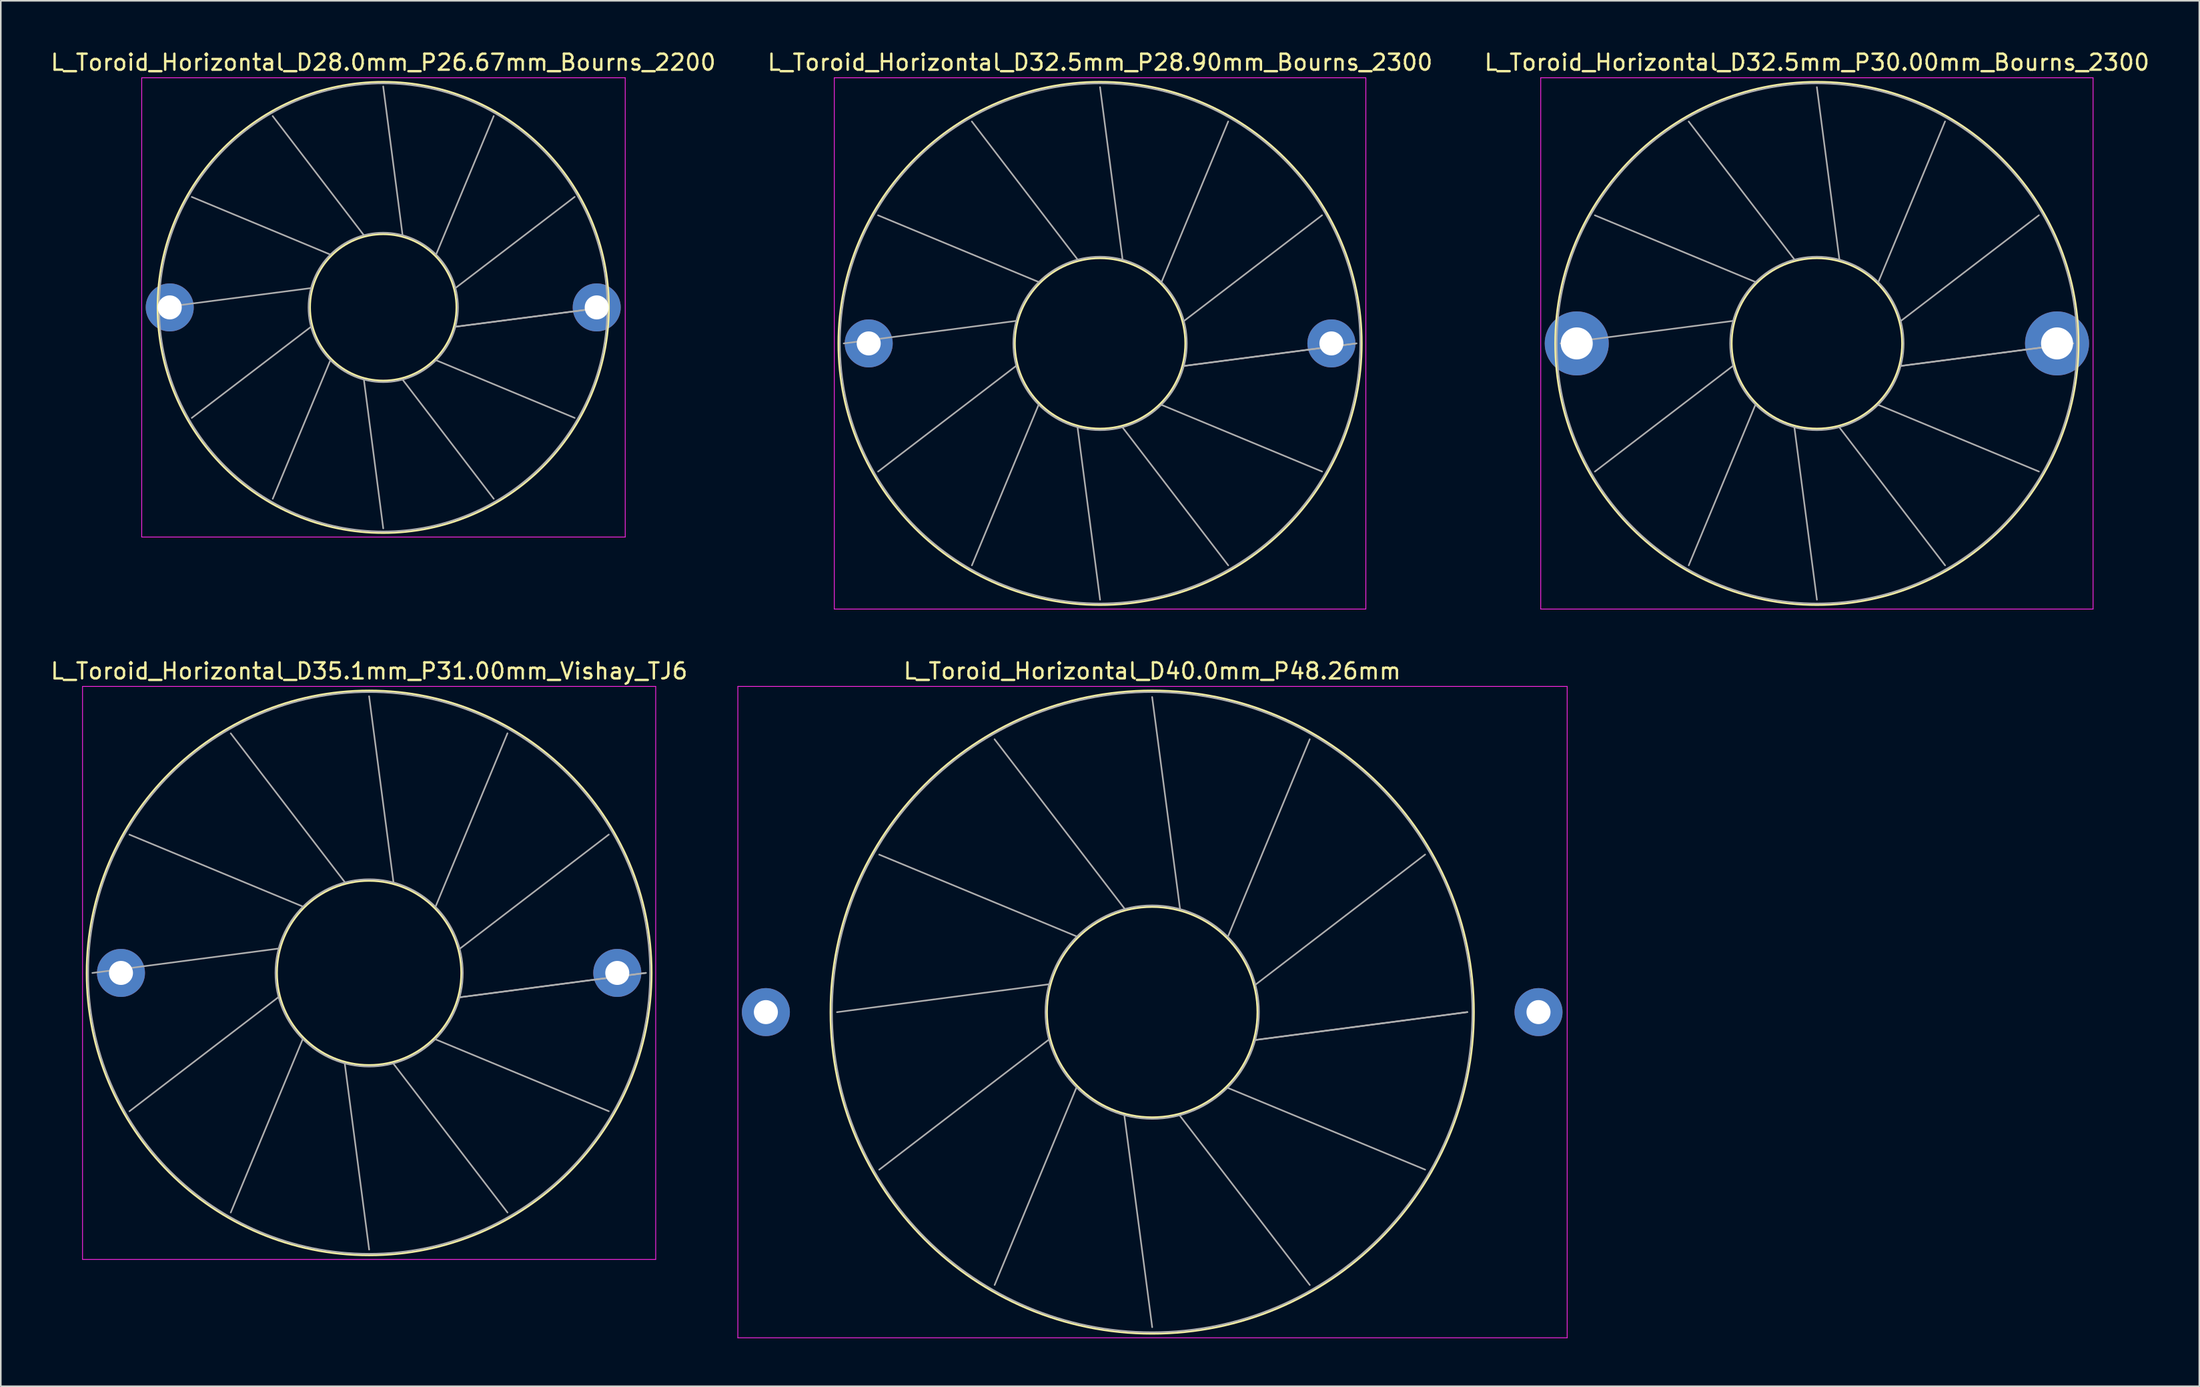
<source format=kicad_pcb>
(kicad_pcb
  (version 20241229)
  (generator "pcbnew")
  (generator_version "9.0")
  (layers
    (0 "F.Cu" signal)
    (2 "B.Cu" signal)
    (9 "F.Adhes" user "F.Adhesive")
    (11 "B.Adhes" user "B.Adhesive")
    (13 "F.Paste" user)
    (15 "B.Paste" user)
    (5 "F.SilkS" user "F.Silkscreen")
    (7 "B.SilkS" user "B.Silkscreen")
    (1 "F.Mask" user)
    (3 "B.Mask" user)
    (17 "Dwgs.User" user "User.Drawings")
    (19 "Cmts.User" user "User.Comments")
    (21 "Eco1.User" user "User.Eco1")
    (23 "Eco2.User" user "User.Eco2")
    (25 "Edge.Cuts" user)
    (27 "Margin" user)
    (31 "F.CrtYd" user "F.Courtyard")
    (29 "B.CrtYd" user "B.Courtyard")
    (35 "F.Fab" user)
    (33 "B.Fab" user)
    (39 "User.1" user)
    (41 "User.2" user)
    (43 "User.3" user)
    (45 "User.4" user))
  (footprint "L_Toroid_Horizontal_D32.5mm_P30.00mm_Bourns_2300"
    (layer "F.Cu")
    (at 95.435 18.408)
    (property "Reference" "L_Toroid_Horizontal_D32.5mm_P30.00mm_Bourns_2300" (at 15 -17.56 0) (layer "F.SilkS") (effects (font (size 1 1) (thickness 0.15))))
    (attr through_hole)
    (fp_circle (center 15 0) (end 20.327 0) (stroke (width 0.12) (type solid)) (fill no) (layer "F.SilkS"))
    (fp_circle (center 15 0) (end 31.34 0) (stroke (width 0.12) (type solid)) (fill no) (layer "F.SilkS"))
    (fp_line (start -2.25 -16.6) (end -2.25 16.6) (stroke (width 0.05) (type solid)) (layer "F.CrtYd"))
    (fp_line (start -2.25 16.6) (end 32.25 16.6) (stroke (width 0.05) (type solid)) (layer "F.CrtYd"))
    (fp_line (start 32.25 -16.6) (end -2.25 -16.6) (stroke (width 0.05) (type solid)) (layer "F.CrtYd"))
    (fp_line (start 32.25 16.6) (end 32.25 -16.6) (stroke (width 0.05) (type solid)) (layer "F.CrtYd"))
    (fp_line (start -1.013 0.001) (end 9.752 -1.406) (stroke (width 0.1) (type solid)) (layer "F.Fab"))
    (fp_line (start 1.131 -8.005) (end 11.158 -3.841) (stroke (width 0.1) (type solid)) (layer "F.Fab"))
    (fp_line (start 1.133 8.008) (end 9.752 1.407) (stroke (width 0.1) (type solid)) (layer "F.Fab"))
    (fp_line (start 6.992 -13.867) (end 13.593 -5.248) (stroke (width 0.1) (type solid)) (layer "F.Fab"))
    (fp_line (start 6.994 13.868) (end 11.158 3.842) (stroke (width 0.1) (type solid)) (layer "F.Fab"))
    (fp_line (start 14.998 -16.013) (end 16.405 -5.248) (stroke (width 0.1) (type solid)) (layer "F.Fab"))
    (fp_line (start 15.001 16.013) (end 13.594 5.248) (stroke (width 0.1) (type solid)) (layer "F.Fab"))
    (fp_line (start 23.004 -13.869) (end 18.841 -3.842) (stroke (width 0.1) (type solid)) (layer "F.Fab"))
    (fp_line (start 23.007 13.868) (end 16.406 5.248) (stroke (width 0.1) (type solid)) (layer "F.Fab"))
    (fp_line (start 28.866 -8.009) (end 20.248 -1.407) (stroke (width 0.1) (type solid)) (layer "F.Fab"))
    (fp_line (start 28.868 8.006) (end 18.842 3.842) (stroke (width 0.1) (type solid)) (layer "F.Fab"))
    (fp_line (start 31.013 -0.003) (end 20.248 1.405) (stroke (width 0.1) (type solid)) (layer "F.Fab"))
    (fp_line (start 31.013 0) (end 20.248 1.406) (stroke (width 0.1) (type solid)) (layer "F.Fab"))
    (fp_circle (center 15 0) (end 20.417 0) (stroke (width 0.1) (type solid)) (fill no) (layer "F.Fab"))
    (fp_circle (center 15 0) (end 31.25 0) (stroke (width 0.1) (type solid)) (fill no) (layer "F.Fab"))
    (pad "1" thru_hole circle (at 0 0) (size 4 4) (drill 2) (layers "*.Cu" "*.Mask"))
    (pad "2" thru_hole circle (at 30 0) (size 4 4) (drill 2) (layers "*.Cu" "*.Mask")))
  (footprint "L_Toroid_Horizontal_D32.5mm_P28.90mm_Bourns_2300"
    (layer "F.Cu")
    (at 51.211 18.408)
    (property "Reference" "L_Toroid_Horizontal_D32.5mm_P28.90mm_Bourns_2300" (at 14.45 -17.56 0) (layer "F.SilkS") (effects (font (size 1 1) (thickness 0.15))))
    (attr through_hole)
    (fp_circle (center 14.45 0) (end 19.777 0) (stroke (width 0.12) (type solid)) (fill no) (layer "F.SilkS"))
    (fp_circle (center 14.45 0) (end 30.79 0) (stroke (width 0.12) (type solid)) (fill no) (layer "F.SilkS"))
    (fp_line (start -2.15 -16.6) (end -2.15 16.6) (stroke (width 0.05) (type solid)) (layer "F.CrtYd"))
    (fp_line (start -2.15 16.6) (end 31.05 16.6) (stroke (width 0.05) (type solid)) (layer "F.CrtYd"))
    (fp_line (start 31.05 -16.6) (end -2.15 -16.6) (stroke (width 0.05) (type solid)) (layer "F.CrtYd"))
    (fp_line (start 31.05 16.6) (end 31.05 -16.6) (stroke (width 0.05) (type solid)) (layer "F.CrtYd"))
    (fp_line (start -1.563 0.001) (end 9.202 -1.406) (stroke (width 0.1) (type solid)) (layer "F.Fab"))
    (fp_line (start 0.581 -8.005) (end 10.608 -3.841) (stroke (width 0.1) (type solid)) (layer "F.Fab"))
    (fp_line (start 0.583 8.008) (end 9.202 1.407) (stroke (width 0.1) (type solid)) (layer "F.Fab"))
    (fp_line (start 6.442 -13.867) (end 13.043 -5.248) (stroke (width 0.1) (type solid)) (layer "F.Fab"))
    (fp_line (start 6.444 13.868) (end 10.608 3.842) (stroke (width 0.1) (type solid)) (layer "F.Fab"))
    (fp_line (start 14.448 -16.013) (end 15.855 -5.248) (stroke (width 0.1) (type solid)) (layer "F.Fab"))
    (fp_line (start 14.451 16.013) (end 13.044 5.248) (stroke (width 0.1) (type solid)) (layer "F.Fab"))
    (fp_line (start 22.454 -13.869) (end 18.291 -3.842) (stroke (width 0.1) (type solid)) (layer "F.Fab"))
    (fp_line (start 22.457 13.868) (end 15.856 5.248) (stroke (width 0.1) (type solid)) (layer "F.Fab"))
    (fp_line (start 28.316 -8.009) (end 19.698 -1.407) (stroke (width 0.1) (type solid)) (layer "F.Fab"))
    (fp_line (start 28.318 8.006) (end 18.292 3.842) (stroke (width 0.1) (type solid)) (layer "F.Fab"))
    (fp_line (start 30.463 -0.003) (end 19.698 1.405) (stroke (width 0.1) (type solid)) (layer "F.Fab"))
    (fp_line (start 30.463 0) (end 19.698 1.406) (stroke (width 0.1) (type solid)) (layer "F.Fab"))
    (fp_circle (center 14.45 0) (end 19.867 0) (stroke (width 0.1) (type solid)) (fill no) (layer "F.Fab"))
    (fp_circle (center 14.45 0) (end 30.7 0) (stroke (width 0.1) (type solid)) (fill no) (layer "F.Fab"))
    (pad "1" thru_hole circle (at 0 0) (size 3 3) (drill 1.5) (layers "*.Cu" "*.Mask"))
    (pad "2" thru_hole circle (at 28.9 0) (size 3 3) (drill 1.5) (layers "*.Cu" "*.Mask")))
  (footprint "L_Toroid_Horizontal_D28.0mm_P26.67mm_Bourns_2200"
    (layer "F.Cu")
    (at 7.552 16.158)
    (property "Reference" "L_Toroid_Horizontal_D28.0mm_P26.67mm_Bourns_2200" (at 13.335 -15.31 0) (layer "F.SilkS") (effects (font (size 1 1) (thickness 0.15))))
    (attr through_hole)
    (fp_circle (center 13.335 0) (end 17.912 0) (stroke (width 0.12) (type solid)) (fill no) (layer "F.SilkS"))
    (fp_circle (center 13.335 0) (end 27.425 0) (stroke (width 0.12) (type solid)) (fill no) (layer "F.SilkS"))
    (fp_line (start -1.75 -14.35) (end -1.75 14.35) (stroke (width 0.05) (type solid)) (layer "F.CrtYd"))
    (fp_line (start -1.75 14.35) (end 28.45 14.35) (stroke (width 0.05) (type solid)) (layer "F.CrtYd"))
    (fp_line (start 28.45 -14.35) (end -1.75 -14.35) (stroke (width 0.05) (type solid)) (layer "F.CrtYd"))
    (fp_line (start 28.45 14.35) (end 28.45 -14.35) (stroke (width 0.05) (type solid)) (layer "F.CrtYd"))
    (fp_line (start -0.473 0.001) (end 8.826 -1.208) (stroke (width 0.1) (type solid)) (layer "F.Fab"))
    (fp_line (start 1.376 -6.903) (end 10.034 -3.301) (stroke (width 0.1) (type solid)) (layer "F.Fab"))
    (fp_line (start 1.377 6.905) (end 8.826 1.209) (stroke (width 0.1) (type solid)) (layer "F.Fab"))
    (fp_line (start 6.429 -11.957) (end 12.126 -4.509) (stroke (width 0.1) (type solid)) (layer "F.Fab"))
    (fp_line (start 6.432 11.959) (end 10.034 3.301) (stroke (width 0.1) (type solid)) (layer "F.Fab"))
    (fp_line (start 13.333 -13.808) (end 14.543 -4.509) (stroke (width 0.1) (type solid)) (layer "F.Fab"))
    (fp_line (start 13.336 13.808) (end 12.127 4.509) (stroke (width 0.1) (type solid)) (layer "F.Fab"))
    (fp_line (start 20.237 -11.959) (end 16.635 -3.301) (stroke (width 0.1) (type solid)) (layer "F.Fab"))
    (fp_line (start 20.239 11.958) (end 14.543 4.509) (stroke (width 0.1) (type solid)) (layer "F.Fab"))
    (fp_line (start 25.292 -6.906) (end 17.844 -1.209) (stroke (width 0.1) (type solid)) (layer "F.Fab"))
    (fp_line (start 25.293 6.904) (end 16.636 3.301) (stroke (width 0.1) (type solid)) (layer "F.Fab"))
    (fp_line (start 27.143 -0.003) (end 17.844 1.207) (stroke (width 0.1) (type solid)) (layer "F.Fab"))
    (fp_line (start 27.143 0) (end 17.844 1.208) (stroke (width 0.1) (type solid)) (layer "F.Fab"))
    (fp_circle (center 13.335 0) (end 18.002 0) (stroke (width 0.1) (type solid)) (fill no) (layer "F.Fab"))
    (fp_circle (center 13.335 0) (end 27.335 0) (stroke (width 0.1) (type solid)) (fill no) (layer "F.Fab"))
    (pad "1" thru_hole circle (at 0 0) (size 3 3) (drill 1.5) (layers "*.Cu" "*.Mask"))
    (pad "2" thru_hole circle (at 26.67 0) (size 3 3) (drill 1.5) (layers "*.Cu" "*.Mask")))
  (footprint "L_Toroid_Horizontal_D40.0mm_P48.26mm"
    (layer "F.Cu")
    (at 44.787 60.191)
    (property "Reference" "L_Toroid_Horizontal_D40.0mm_P48.26mm" (at 24.13 -21.31 0) (layer "F.SilkS") (effects (font (size 1 1) (thickness 0.15))))
    (attr through_hole)
    (fp_circle (center 24.13 0) (end 30.707 0) (stroke (width 0.12) (type solid)) (fill no) (layer "F.SilkS"))
    (fp_circle (center 24.13 0) (end 44.22 0) (stroke (width 0.12) (type solid)) (fill no) (layer "F.SilkS"))
    (fp_line (start -1.75 -20.35) (end -1.75 20.35) (stroke (width 0.05) (type solid)) (layer "F.CrtYd"))
    (fp_line (start -1.75 20.35) (end 50.05 20.35) (stroke (width 0.05) (type solid)) (layer "F.CrtYd"))
    (fp_line (start 50.05 -20.35) (end -1.75 -20.35) (stroke (width 0.05) (type solid)) (layer "F.CrtYd"))
    (fp_line (start 50.05 20.35) (end 50.05 -20.35) (stroke (width 0.05) (type solid)) (layer "F.CrtYd"))
    (fp_line (start 4.442 0.002) (end 17.65 -1.736) (stroke (width 0.1) (type solid)) (layer "F.Fab"))
    (fp_line (start 7.078 -9.842) (end 19.386 -4.743) (stroke (width 0.1) (type solid)) (layer "F.Fab"))
    (fp_line (start 7.08 9.845) (end 17.651 1.737) (stroke (width 0.1) (type solid)) (layer "F.Fab"))
    (fp_line (start 14.284 -17.049) (end 22.393 -6.479) (stroke (width 0.1) (type solid)) (layer "F.Fab"))
    (fp_line (start 14.287 17.051) (end 19.387 4.744) (stroke (width 0.1) (type solid)) (layer "F.Fab"))
    (fp_line (start 24.127 -19.688) (end 25.865 -6.48) (stroke (width 0.1) (type solid)) (layer "F.Fab"))
    (fp_line (start 24.131 19.688) (end 22.394 6.48) (stroke (width 0.1) (type solid)) (layer "F.Fab"))
    (fp_line (start 33.971 -17.052) (end 28.873 -4.744) (stroke (width 0.1) (type solid)) (layer "F.Fab"))
    (fp_line (start 33.975 17.05) (end 25.866 6.48) (stroke (width 0.1) (type solid)) (layer "F.Fab"))
    (fp_line (start 41.179 -9.847) (end 30.609 -1.737) (stroke (width 0.1) (type solid)) (layer "F.Fab"))
    (fp_line (start 41.181 9.844) (end 28.874 4.743) (stroke (width 0.1) (type solid)) (layer "F.Fab"))
    (fp_line (start 43.818 -0.004) (end 30.61 1.735) (stroke (width 0.1) (type solid)) (layer "F.Fab"))
    (fp_line (start 43.818 0) (end 30.61 1.736) (stroke (width 0.1) (type solid)) (layer "F.Fab"))
    (fp_circle (center 24.13 0) (end 30.797 0) (stroke (width 0.1) (type solid)) (fill no) (layer "F.Fab"))
    (fp_circle (center 24.13 0) (end 44.13 0) (stroke (width 0.1) (type solid)) (fill no) (layer "F.Fab"))
    (pad "1" thru_hole circle (at 0 0) (size 3 3) (drill 1.5) (layers "*.Cu" "*.Mask"))
    (pad "2" thru_hole circle (at 48.26 0) (size 3 3) (drill 1.5) (layers "*.Cu" "*.Mask")))
  (footprint "L_Toroid_Horizontal_D35.1mm_P31.00mm_Vishay_TJ6"
    (layer "F.Cu")
    (at 4.506 57.742)
    (property "Reference" "L_Toroid_Horizontal_D35.1mm_P31.00mm_Vishay_TJ6" (at 15.5 -18.86 0) (layer "F.SilkS") (effects (font (size 1 1) (thickness 0.15))))
    (attr through_hole)
    (fp_circle (center 15.5 0) (end 21.26 0) (stroke (width 0.12) (type solid)) (fill no) (layer "F.SilkS"))
    (fp_circle (center 15.5 0) (end 33.14 0) (stroke (width 0.12) (type solid)) (fill no) (layer "F.SilkS"))
    (fp_line (start -2.4 -17.9) (end -2.4 17.9) (stroke (width 0.05) (type solid)) (layer "F.CrtYd"))
    (fp_line (start -2.4 17.9) (end 33.4 17.9) (stroke (width 0.05) (type solid)) (layer "F.CrtYd"))
    (fp_line (start 33.4 -17.9) (end -2.4 -17.9) (stroke (width 0.05) (type solid)) (layer "F.CrtYd"))
    (fp_line (start 33.4 17.9) (end 33.4 -17.9) (stroke (width 0.05) (type solid)) (layer "F.CrtYd"))
    (fp_line (start -1.787 0.002) (end 9.825 -1.52) (stroke (width 0.1) (type solid)) (layer "F.Fab"))
    (fp_line (start 0.528 -8.642) (end 11.345 -4.154) (stroke (width 0.1) (type solid)) (layer "F.Fab"))
    (fp_line (start 0.53 8.645) (end 9.825 1.521) (stroke (width 0.1) (type solid)) (layer "F.Fab"))
    (fp_line (start 6.855 -14.97) (end 13.979 -5.675) (stroke (width 0.1) (type solid)) (layer "F.Fab"))
    (fp_line (start 6.857 14.972) (end 11.346 4.155) (stroke (width 0.1) (type solid)) (layer "F.Fab"))
    (fp_line (start 15.498 -17.287) (end 17.02 -5.675) (stroke (width 0.1) (type solid)) (layer "F.Fab"))
    (fp_line (start 15.501 17.287) (end 13.98 5.675) (stroke (width 0.1) (type solid)) (layer "F.Fab"))
    (fp_line (start 24.141 -14.972) (end 19.654 -4.155) (stroke (width 0.1) (type solid)) (layer "F.Fab"))
    (fp_line (start 24.144 14.971) (end 17.021 5.675) (stroke (width 0.1) (type solid)) (layer "F.Fab"))
    (fp_line (start 30.47 -8.646) (end 21.175 -1.522) (stroke (width 0.1) (type solid)) (layer "F.Fab"))
    (fp_line (start 30.471 8.643) (end 19.654 4.154) (stroke (width 0.1) (type solid)) (layer "F.Fab"))
    (fp_line (start 32.787 -0.003) (end 21.175 1.52) (stroke (width 0.1) (type solid)) (layer "F.Fab"))
    (fp_line (start 32.787 0) (end 21.175 1.521) (stroke (width 0.1) (type solid)) (layer "F.Fab"))
    (fp_circle (center 15.5 0) (end 21.35 0) (stroke (width 0.1) (type solid)) (fill no) (layer "F.Fab"))
    (fp_circle (center 15.5 0) (end 33.05 0) (stroke (width 0.1) (type solid)) (fill no) (layer "F.Fab"))
    (pad "1" thru_hole circle (at 0 0) (size 3 3) (drill 1.5) (layers "*.Cu" "*.Mask"))
    (pad "2" thru_hole circle (at 31 0) (size 3 3) (drill 1.5) (layers "*.Cu" "*.Mask")))
  (gr_rect
    (start -3 -3)
    (end 134.321 83.567)
    (stroke (width 0.1) (type default))
    (fill no)
    (layer "Edge.Cuts")))
</source>
